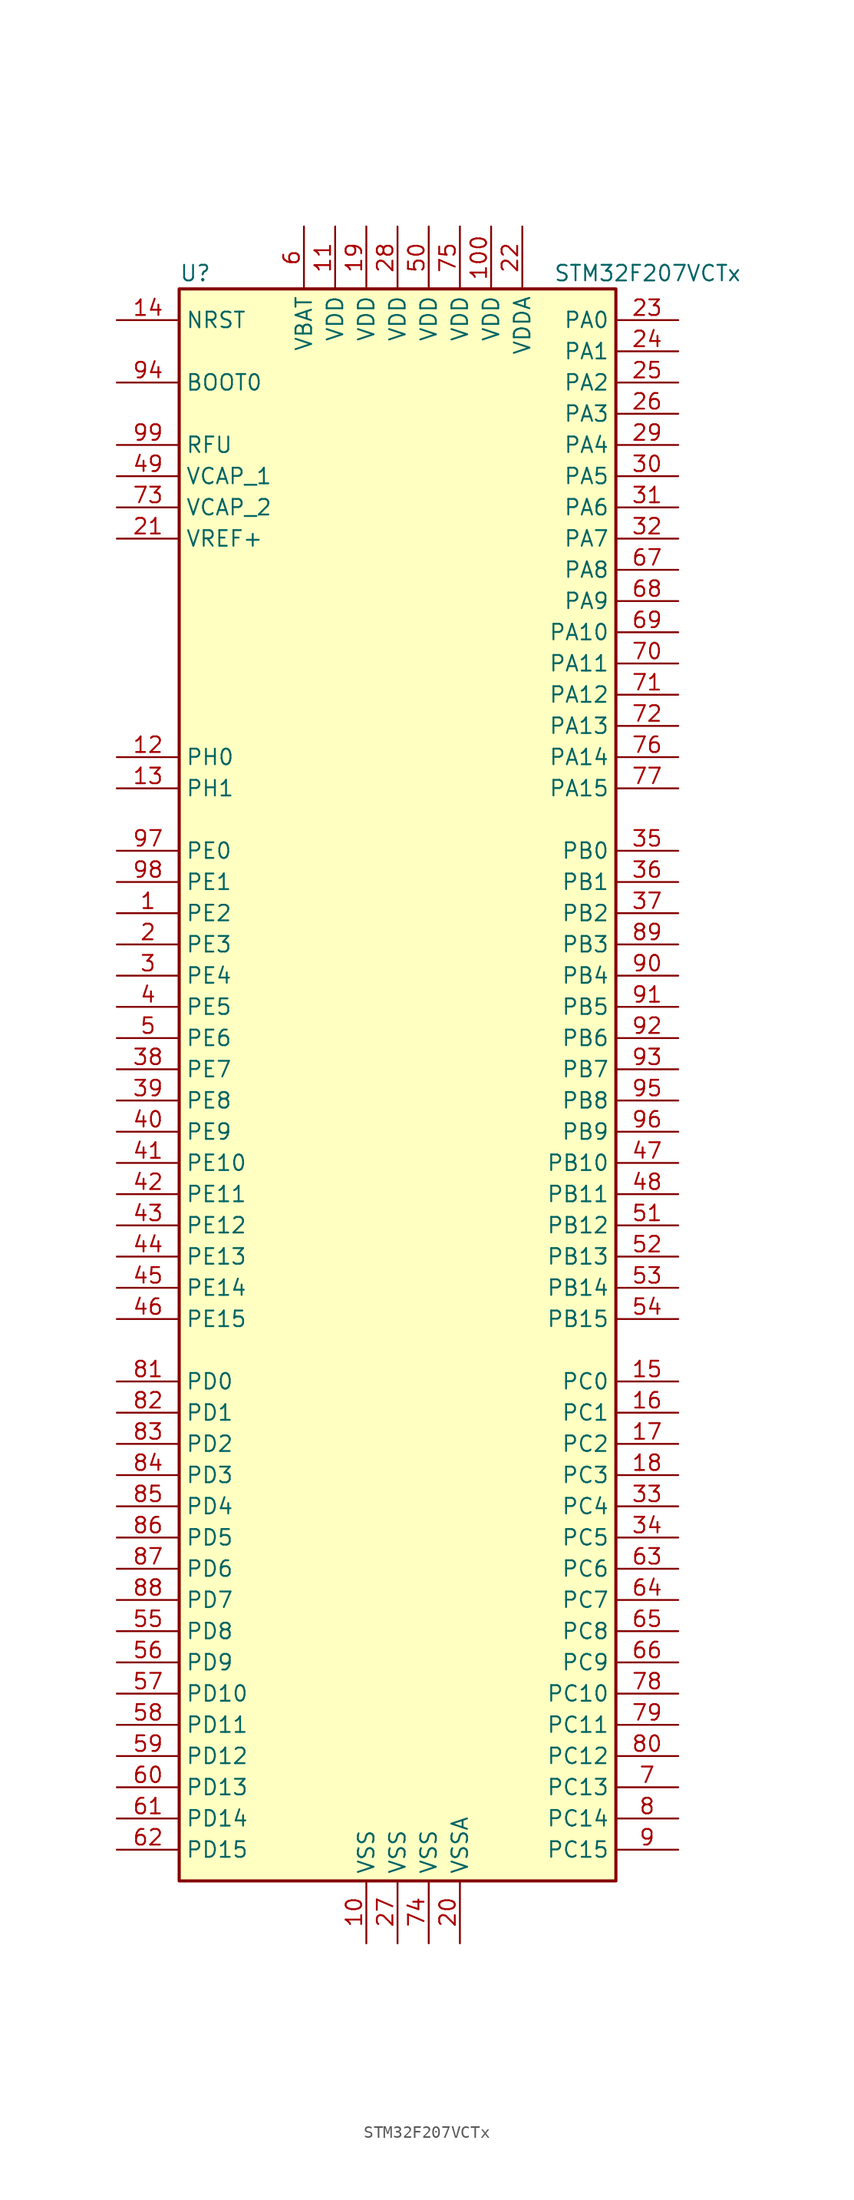
<source format=kicad_sym>
(kicad_symbol_lib
  (version 20211014)
  (generator kicad_symbol_editor)
  (symbol "STM32F207VCTx"
    (property "Reference" "U"
      (at -17.78 64.77 0)
      (effects (font (size 1.27 1.27)) (justify left)))
    (property "Value" "STM32F207VCTx"
      (at 12.7 64.77 0)
      (effects (font (size 1.27 1.27)) (justify left)))
    (symbol "STM32F207VCTx_0_1"
      (rectangle (start -17.78 -66.04) (end 17.78 63.5) (stroke (width 0.254) (type default) (color 0 0 0 0)) (fill (type background))))
    (symbol "STM32F207VCTx_1_1"
      (pin bidirectional line (at -22.86 12.7 0) (length 5.08) (name "PE2" (effects (font (size 1.27 1.27)))) (number "1" (effects (font (size 1.27 1.27)))))
      (pin power_in line (at -2.54 -71.12 90) (length 5.08) (name "VSS" (effects (font (size 1.27 1.27)))) (number "10" (effects (font (size 1.27 1.27)))))
      (pin power_in line (at 7.62 68.58 270) (length 5.08) (name "VDD" (effects (font (size 1.27 1.27)))) (number "100" (effects (font (size 1.27 1.27)))))
      (pin power_in line (at -5.08 68.58 270) (length 5.08) (name "VDD" (effects (font (size 1.27 1.27)))) (number "11" (effects (font (size 1.27 1.27)))))
      (pin input line (at -22.86 25.4 0) (length 5.08) (name "PH0" (effects (font (size 1.27 1.27)))) (number "12" (effects (font (size 1.27 1.27)))))
      (pin input line (at -22.86 22.86 0) (length 5.08) (name "PH1" (effects (font (size 1.27 1.27)))) (number "13" (effects (font (size 1.27 1.27)))))
      (pin input line (at -22.86 60.96 0) (length 5.08) (name "NRST" (effects (font (size 1.27 1.27)))) (number "14" (effects (font (size 1.27 1.27)))))
      (pin bidirectional line (at 22.86 -25.4 180) (length 5.08) (name "PC0" (effects (font (size 1.27 1.27)))) (number "15" (effects (font (size 1.27 1.27)))))
      (pin bidirectional line (at 22.86 -27.94 180) (length 5.08) (name "PC1" (effects (font (size 1.27 1.27)))) (number "16" (effects (font (size 1.27 1.27)))))
      (pin bidirectional line (at 22.86 -30.48 180) (length 5.08) (name "PC2" (effects (font (size 1.27 1.27)))) (number "17" (effects (font (size 1.27 1.27)))))
      (pin bidirectional line (at 22.86 -33.02 180) (length 5.08) (name "PC3" (effects (font (size 1.27 1.27)))) (number "18" (effects (font (size 1.27 1.27)))))
      (pin power_in line (at -2.54 68.58 270) (length 5.08) (name "VDD" (effects (font (size 1.27 1.27)))) (number "19" (effects (font (size 1.27 1.27)))))
      (pin bidirectional line (at -22.86 10.16 0) (length 5.08) (name "PE3" (effects (font (size 1.27 1.27)))) (number "2" (effects (font (size 1.27 1.27)))))
      (pin power_in line (at 5.08 -71.12 90) (length 5.08) (name "VSSA" (effects (font (size 1.27 1.27)))) (number "20" (effects (font (size 1.27 1.27)))))
      (pin power_in line (at -22.86 43.18 0) (length 5.08) (name "VREF+" (effects (font (size 1.27 1.27)))) (number "21" (effects (font (size 1.27 1.27)))))
      (pin power_in line (at 10.16 68.58 270) (length 5.08) (name "VDDA" (effects (font (size 1.27 1.27)))) (number "22" (effects (font (size 1.27 1.27)))))
      (pin bidirectional line (at 22.86 60.96 180) (length 5.08) (name "PA0" (effects (font (size 1.27 1.27)))) (number "23" (effects (font (size 1.27 1.27)))))
      (pin bidirectional line (at 22.86 58.42 180) (length 5.08) (name "PA1" (effects (font (size 1.27 1.27)))) (number "24" (effects (font (size 1.27 1.27)))))
      (pin bidirectional line (at 22.86 55.88 180) (length 5.08) (name "PA2" (effects (font (size 1.27 1.27)))) (number "25" (effects (font (size 1.27 1.27)))))
      (pin bidirectional line (at 22.86 53.34 180) (length 5.08) (name "PA3" (effects (font (size 1.27 1.27)))) (number "26" (effects (font (size 1.27 1.27)))))
      (pin power_in line (at 0 -71.12 90) (length 5.08) (name "VSS" (effects (font (size 1.27 1.27)))) (number "27" (effects (font (size 1.27 1.27)))))
      (pin power_in line (at 0 68.58 270) (length 5.08) (name "VDD" (effects (font (size 1.27 1.27)))) (number "28" (effects (font (size 1.27 1.27)))))
      (pin bidirectional line (at 22.86 50.8 180) (length 5.08) (name "PA4" (effects (font (size 1.27 1.27)))) (number "29" (effects (font (size 1.27 1.27)))))
      (pin bidirectional line (at -22.86 7.62 0) (length 5.08) (name "PE4" (effects (font (size 1.27 1.27)))) (number "3" (effects (font (size 1.27 1.27)))))
      (pin bidirectional line (at 22.86 48.26 180) (length 5.08) (name "PA5" (effects (font (size 1.27 1.27)))) (number "30" (effects (font (size 1.27 1.27)))))
      (pin bidirectional line (at 22.86 45.72 180) (length 5.08) (name "PA6" (effects (font (size 1.27 1.27)))) (number "31" (effects (font (size 1.27 1.27)))))
      (pin bidirectional line (at 22.86 43.18 180) (length 5.08) (name "PA7" (effects (font (size 1.27 1.27)))) (number "32" (effects (font (size 1.27 1.27)))))
      (pin bidirectional line (at 22.86 -35.56 180) (length 5.08) (name "PC4" (effects (font (size 1.27 1.27)))) (number "33" (effects (font (size 1.27 1.27)))))
      (pin bidirectional line (at 22.86 -38.1 180) (length 5.08) (name "PC5" (effects (font (size 1.27 1.27)))) (number "34" (effects (font (size 1.27 1.27)))))
      (pin bidirectional line (at 22.86 17.78 180) (length 5.08) (name "PB0" (effects (font (size 1.27 1.27)))) (number "35" (effects (font (size 1.27 1.27)))))
      (pin bidirectional line (at 22.86 15.24 180) (length 5.08) (name "PB1" (effects (font (size 1.27 1.27)))) (number "36" (effects (font (size 1.27 1.27)))))
      (pin bidirectional line (at 22.86 12.7 180) (length 5.08) (name "PB2" (effects (font (size 1.27 1.27)))) (number "37" (effects (font (size 1.27 1.27)))))
      (pin bidirectional line (at -22.86 0 0) (length 5.08) (name "PE7" (effects (font (size 1.27 1.27)))) (number "38" (effects (font (size 1.27 1.27)))))
      (pin bidirectional line (at -22.86 -2.54 0) (length 5.08) (name "PE8" (effects (font (size 1.27 1.27)))) (number "39" (effects (font (size 1.27 1.27)))))
      (pin bidirectional line (at -22.86 5.08 0) (length 5.08) (name "PE5" (effects (font (size 1.27 1.27)))) (number "4" (effects (font (size 1.27 1.27)))))
      (pin bidirectional line (at -22.86 -5.08 0) (length 5.08) (name "PE9" (effects (font (size 1.27 1.27)))) (number "40" (effects (font (size 1.27 1.27)))))
      (pin bidirectional line (at -22.86 -7.62 0) (length 5.08) (name "PE10" (effects (font (size 1.27 1.27)))) (number "41" (effects (font (size 1.27 1.27)))))
      (pin bidirectional line (at -22.86 -10.16 0) (length 5.08) (name "PE11" (effects (font (size 1.27 1.27)))) (number "42" (effects (font (size 1.27 1.27)))))
      (pin bidirectional line (at -22.86 -12.7 0) (length 5.08) (name "PE12" (effects (font (size 1.27 1.27)))) (number "43" (effects (font (size 1.27 1.27)))))
      (pin bidirectional line (at -22.86 -15.24 0) (length 5.08) (name "PE13" (effects (font (size 1.27 1.27)))) (number "44" (effects (font (size 1.27 1.27)))))
      (pin bidirectional line (at -22.86 -17.78 0) (length 5.08) (name "PE14" (effects (font (size 1.27 1.27)))) (number "45" (effects (font (size 1.27 1.27)))))
      (pin bidirectional line (at -22.86 -20.32 0) (length 5.08) (name "PE15" (effects (font (size 1.27 1.27)))) (number "46" (effects (font (size 1.27 1.27)))))
      (pin bidirectional line (at 22.86 -7.62 180) (length 5.08) (name "PB10" (effects (font (size 1.27 1.27)))) (number "47" (effects (font (size 1.27 1.27)))))
      (pin bidirectional line (at 22.86 -10.16 180) (length 5.08) (name "PB11" (effects (font (size 1.27 1.27)))) (number "48" (effects (font (size 1.27 1.27)))))
      (pin power_in line (at -22.86 48.26 0) (length 5.08) (name "VCAP_1" (effects (font (size 1.27 1.27)))) (number "49" (effects (font (size 1.27 1.27)))))
      (pin bidirectional line (at -22.86 2.54 0) (length 5.08) (name "PE6" (effects (font (size 1.27 1.27)))) (number "5" (effects (font (size 1.27 1.27)))))
      (pin power_in line (at 2.54 68.58 270) (length 5.08) (name "VDD" (effects (font (size 1.27 1.27)))) (number "50" (effects (font (size 1.27 1.27)))))
      (pin bidirectional line (at 22.86 -12.7 180) (length 5.08) (name "PB12" (effects (font (size 1.27 1.27)))) (number "51" (effects (font (size 1.27 1.27)))))
      (pin bidirectional line (at 22.86 -15.24 180) (length 5.08) (name "PB13" (effects (font (size 1.27 1.27)))) (number "52" (effects (font (size 1.27 1.27)))))
      (pin bidirectional line (at 22.86 -17.78 180) (length 5.08) (name "PB14" (effects (font (size 1.27 1.27)))) (number "53" (effects (font (size 1.27 1.27)))))
      (pin bidirectional line (at 22.86 -20.32 180) (length 5.08) (name "PB15" (effects (font (size 1.27 1.27)))) (number "54" (effects (font (size 1.27 1.27)))))
      (pin bidirectional line (at -22.86 -45.72 0) (length 5.08) (name "PD8" (effects (font (size 1.27 1.27)))) (number "55" (effects (font (size 1.27 1.27)))))
      (pin bidirectional line (at -22.86 -48.26 0) (length 5.08) (name "PD9" (effects (font (size 1.27 1.27)))) (number "56" (effects (font (size 1.27 1.27)))))
      (pin bidirectional line (at -22.86 -50.8 0) (length 5.08) (name "PD10" (effects (font (size 1.27 1.27)))) (number "57" (effects (font (size 1.27 1.27)))))
      (pin bidirectional line (at -22.86 -53.34 0) (length 5.08) (name "PD11" (effects (font (size 1.27 1.27)))) (number "58" (effects (font (size 1.27 1.27)))))
      (pin bidirectional line (at -22.86 -55.88 0) (length 5.08) (name "PD12" (effects (font (size 1.27 1.27)))) (number "59" (effects (font (size 1.27 1.27)))))
      (pin power_in line (at -7.62 68.58 270) (length 5.08) (name "VBAT" (effects (font (size 1.27 1.27)))) (number "6" (effects (font (size 1.27 1.27)))))
      (pin bidirectional line (at -22.86 -58.42 0) (length 5.08) (name "PD13" (effects (font (size 1.27 1.27)))) (number "60" (effects (font (size 1.27 1.27)))))
      (pin bidirectional line (at -22.86 -60.96 0) (length 5.08) (name "PD14" (effects (font (size 1.27 1.27)))) (number "61" (effects (font (size 1.27 1.27)))))
      (pin bidirectional line (at -22.86 -63.5 0) (length 5.08) (name "PD15" (effects (font (size 1.27 1.27)))) (number "62" (effects (font (size 1.27 1.27)))))
      (pin bidirectional line (at 22.86 -40.64 180) (length 5.08) (name "PC6" (effects (font (size 1.27 1.27)))) (number "63" (effects (font (size 1.27 1.27)))))
      (pin bidirectional line (at 22.86 -43.18 180) (length 5.08) (name "PC7" (effects (font (size 1.27 1.27)))) (number "64" (effects (font (size 1.27 1.27)))))
      (pin bidirectional line (at 22.86 -45.72 180) (length 5.08) (name "PC8" (effects (font (size 1.27 1.27)))) (number "65" (effects (font (size 1.27 1.27)))))
      (pin bidirectional line (at 22.86 -48.26 180) (length 5.08) (name "PC9" (effects (font (size 1.27 1.27)))) (number "66" (effects (font (size 1.27 1.27)))))
      (pin bidirectional line (at 22.86 40.64 180) (length 5.08) (name "PA8" (effects (font (size 1.27 1.27)))) (number "67" (effects (font (size 1.27 1.27)))))
      (pin bidirectional line (at 22.86 38.1 180) (length 5.08) (name "PA9" (effects (font (size 1.27 1.27)))) (number "68" (effects (font (size 1.27 1.27)))))
      (pin bidirectional line (at 22.86 35.56 180) (length 5.08) (name "PA10" (effects (font (size 1.27 1.27)))) (number "69" (effects (font (size 1.27 1.27)))))
      (pin bidirectional line (at 22.86 -58.42 180) (length 5.08) (name "PC13" (effects (font (size 1.27 1.27)))) (number "7" (effects (font (size 1.27 1.27)))))
      (pin bidirectional line (at 22.86 33.02 180) (length 5.08) (name "PA11" (effects (font (size 1.27 1.27)))) (number "70" (effects (font (size 1.27 1.27)))))
      (pin bidirectional line (at 22.86 30.48 180) (length 5.08) (name "PA12" (effects (font (size 1.27 1.27)))) (number "71" (effects (font (size 1.27 1.27)))))
      (pin bidirectional line (at 22.86 27.94 180) (length 5.08) (name "PA13" (effects (font (size 1.27 1.27)))) (number "72" (effects (font (size 1.27 1.27)))))
      (pin power_in line (at -22.86 45.72 0) (length 5.08) (name "VCAP_2" (effects (font (size 1.27 1.27)))) (number "73" (effects (font (size 1.27 1.27)))))
      (pin power_in line (at 2.54 -71.12 90) (length 5.08) (name "VSS" (effects (font (size 1.27 1.27)))) (number "74" (effects (font (size 1.27 1.27)))))
      (pin power_in line (at 5.08 68.58 270) (length 5.08) (name "VDD" (effects (font (size 1.27 1.27)))) (number "75" (effects (font (size 1.27 1.27)))))
      (pin bidirectional line (at 22.86 25.4 180) (length 5.08) (name "PA14" (effects (font (size 1.27 1.27)))) (number "76" (effects (font (size 1.27 1.27)))))
      (pin bidirectional line (at 22.86 22.86 180) (length 5.08) (name "PA15" (effects (font (size 1.27 1.27)))) (number "77" (effects (font (size 1.27 1.27)))))
      (pin bidirectional line (at 22.86 -50.8 180) (length 5.08) (name "PC10" (effects (font (size 1.27 1.27)))) (number "78" (effects (font (size 1.27 1.27)))))
      (pin bidirectional line (at 22.86 -53.34 180) (length 5.08) (name "PC11" (effects (font (size 1.27 1.27)))) (number "79" (effects (font (size 1.27 1.27)))))
      (pin bidirectional line (at 22.86 -60.96 180) (length 5.08) (name "PC14" (effects (font (size 1.27 1.27)))) (number "8" (effects (font (size 1.27 1.27)))))
      (pin bidirectional line (at 22.86 -55.88 180) (length 5.08) (name "PC12" (effects (font (size 1.27 1.27)))) (number "80" (effects (font (size 1.27 1.27)))))
      (pin bidirectional line (at -22.86 -25.4 0) (length 5.08) (name "PD0" (effects (font (size 1.27 1.27)))) (number "81" (effects (font (size 1.27 1.27)))))
      (pin bidirectional line (at -22.86 -27.94 0) (length 5.08) (name "PD1" (effects (font (size 1.27 1.27)))) (number "82" (effects (font (size 1.27 1.27)))))
      (pin bidirectional line (at -22.86 -30.48 0) (length 5.08) (name "PD2" (effects (font (size 1.27 1.27)))) (number "83" (effects (font (size 1.27 1.27)))))
      (pin bidirectional line (at -22.86 -33.02 0) (length 5.08) (name "PD3" (effects (font (size 1.27 1.27)))) (number "84" (effects (font (size 1.27 1.27)))))
      (pin bidirectional line (at -22.86 -35.56 0) (length 5.08) (name "PD4" (effects (font (size 1.27 1.27)))) (number "85" (effects (font (size 1.27 1.27)))))
      (pin bidirectional line (at -22.86 -38.1 0) (length 5.08) (name "PD5" (effects (font (size 1.27 1.27)))) (number "86" (effects (font (size 1.27 1.27)))))
      (pin bidirectional line (at -22.86 -40.64 0) (length 5.08) (name "PD6" (effects (font (size 1.27 1.27)))) (number "87" (effects (font (size 1.27 1.27)))))
      (pin bidirectional line (at -22.86 -43.18 0) (length 5.08) (name "PD7" (effects (font (size 1.27 1.27)))) (number "88" (effects (font (size 1.27 1.27)))))
      (pin bidirectional line (at 22.86 10.16 180) (length 5.08) (name "PB3" (effects (font (size 1.27 1.27)))) (number "89" (effects (font (size 1.27 1.27)))))
      (pin bidirectional line (at 22.86 -63.5 180) (length 5.08) (name "PC15" (effects (font (size 1.27 1.27)))) (number "9" (effects (font (size 1.27 1.27)))))
      (pin bidirectional line (at 22.86 7.62 180) (length 5.08) (name "PB4" (effects (font (size 1.27 1.27)))) (number "90" (effects (font (size 1.27 1.27)))))
      (pin bidirectional line (at 22.86 5.08 180) (length 5.08) (name "PB5" (effects (font (size 1.27 1.27)))) (number "91" (effects (font (size 1.27 1.27)))))
      (pin bidirectional line (at 22.86 2.54 180) (length 5.08) (name "PB6" (effects (font (size 1.27 1.27)))) (number "92" (effects (font (size 1.27 1.27)))))
      (pin bidirectional line (at 22.86 0 180) (length 5.08) (name "PB7" (effects (font (size 1.27 1.27)))) (number "93" (effects (font (size 1.27 1.27)))))
      (pin input line (at -22.86 55.88 0) (length 5.08) (name "BOOT0" (effects (font (size 1.27 1.27)))) (number "94" (effects (font (size 1.27 1.27)))))
      (pin bidirectional line (at 22.86 -2.54 180) (length 5.08) (name "PB8" (effects (font (size 1.27 1.27)))) (number "95" (effects (font (size 1.27 1.27)))))
      (pin bidirectional line (at 22.86 -5.08 180) (length 5.08) (name "PB9" (effects (font (size 1.27 1.27)))) (number "96" (effects (font (size 1.27 1.27)))))
      (pin bidirectional line (at -22.86 17.78 0) (length 5.08) (name "PE0" (effects (font (size 1.27 1.27)))) (number "97" (effects (font (size 1.27 1.27)))))
      (pin bidirectional line (at -22.86 15.24 0) (length 5.08) (name "PE1" (effects (font (size 1.27 1.27)))) (number "98" (effects (font (size 1.27 1.27)))))
      (pin power_in line (at -22.86 50.8 0) (length 5.08) (name "RFU" (effects (font (size 1.27 1.27)))) (number "99" (effects (font (size 1.27 1.27))))))))
</source>
